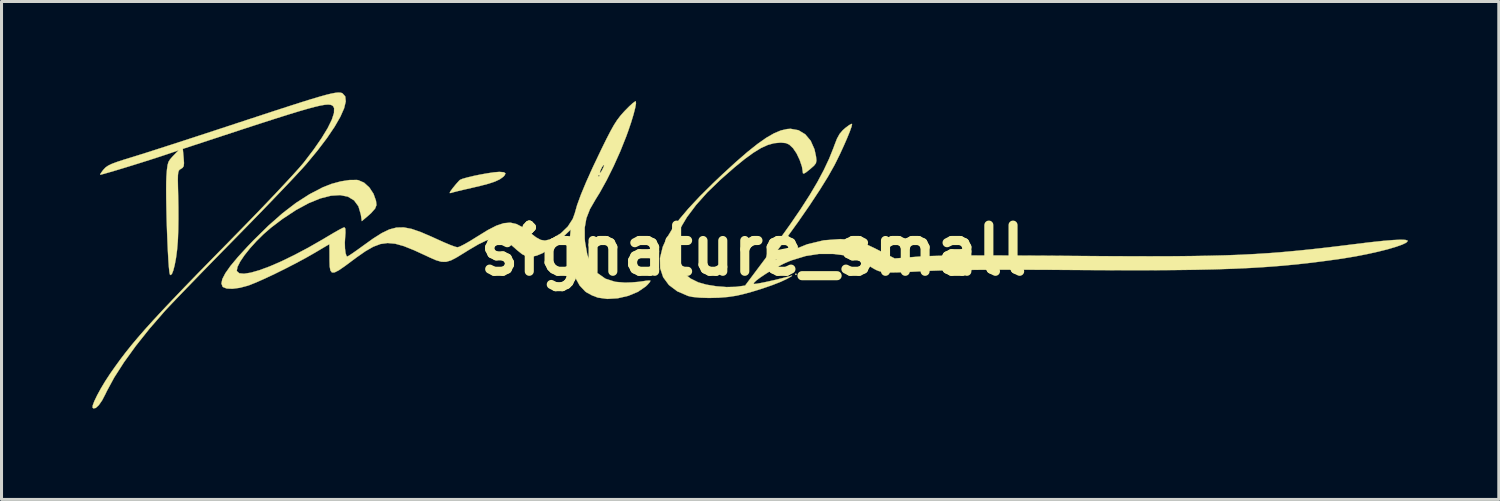
<source format=kicad_pcb>
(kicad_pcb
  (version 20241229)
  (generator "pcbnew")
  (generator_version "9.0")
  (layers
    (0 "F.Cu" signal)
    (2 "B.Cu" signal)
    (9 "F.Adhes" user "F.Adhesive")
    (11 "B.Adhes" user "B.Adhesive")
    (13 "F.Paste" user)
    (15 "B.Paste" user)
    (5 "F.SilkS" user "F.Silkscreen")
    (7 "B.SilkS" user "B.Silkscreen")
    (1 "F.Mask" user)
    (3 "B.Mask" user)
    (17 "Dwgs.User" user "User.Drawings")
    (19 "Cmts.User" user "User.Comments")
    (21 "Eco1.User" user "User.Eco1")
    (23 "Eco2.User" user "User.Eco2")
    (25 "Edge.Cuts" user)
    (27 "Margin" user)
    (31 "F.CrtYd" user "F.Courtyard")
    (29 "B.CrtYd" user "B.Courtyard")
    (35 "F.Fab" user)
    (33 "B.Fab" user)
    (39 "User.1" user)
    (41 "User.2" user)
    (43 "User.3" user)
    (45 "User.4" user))
  (footprint "signature_small"
    (layer "F.Cu")
    (at 21.82 5.214)
    (property "Reference" "signature_small" (at 0 0 0) (layer "F.SilkS") (effects (font (size 1.524 1.524) (thickness 0.3))))
    (attr through_hole)
    (fp_poly (pts (xy 1.422 0.787) (xy 1.397 0.813) (xy 1.372 0.787) (xy 1.397 0.762) (xy 1.422 0.787)) (stroke (width 0.01) (type solid)) (fill yes) (layer "F.SilkS"))
    (fp_poly (pts (xy -8.239 -2.579) (xy -8.186 -2.54) (xy -8.223 -2.468) (xy -8.27 -2.423) (xy -8.376 -2.347) (xy -8.526 -2.276) (xy -8.736 -2.205) (xy -9.02 -2.13) (xy -9.302 -2.064) (xy -9.542 -2.009) (xy -9.753 -1.959) (xy -9.91 -1.919) (xy -9.987 -1.896) (xy -10.029 -1.893) (xy -10.009 -1.945) (xy -9.923 -2.062) (xy -9.92 -2.065) (xy -9.813 -2.195) (xy -9.723 -2.295) (xy -9.691 -2.326) (xy -9.608 -2.362) (xy -9.45 -2.407) (xy -9.242 -2.457) (xy -9.008 -2.505) (xy -8.775 -2.546) (xy -8.566 -2.577) (xy -8.407 -2.59) (xy -8.387 -2.591) (xy -8.239 -2.579)) (stroke (width 0.01) (type solid)) (fill yes) (layer "F.SilkS"))
    (fp_poly (pts (xy -13.648 -5.208) (xy -13.595 -5.196) (xy -13.566 -5.183) (xy -13.476 -5.081) (xy -13.459 -4.916) (xy -13.513 -4.692) (xy -13.636 -4.414) (xy -13.825 -4.085) (xy -14.078 -3.71) (xy -14.394 -3.294) (xy -14.76 -2.852) (xy -14.888 -2.709) (xy -15.079 -2.502) (xy -15.323 -2.242) (xy -15.612 -1.939) (xy -15.937 -1.6) (xy -16.289 -1.235) (xy -16.66 -0.855) (xy -17.039 -0.468) (xy -17.126 -0.379) (xy -17.503 0.005) (xy -17.872 0.382) (xy -18.223 0.742) (xy -18.547 1.076) (xy -18.837 1.376) (xy -19.083 1.632) (xy -19.278 1.837) (xy -19.412 1.98) (xy -19.436 2.007) (xy -19.94 2.588) (xy -20.39 3.153) (xy -20.779 3.692) (xy -21.101 4.194) (xy -21.348 4.65) (xy -21.387 4.733) (xy -21.499 4.948) (xy -21.61 5.108) (xy -21.71 5.2) (xy -21.787 5.214) (xy -21.815 5.188) (xy -21.809 5.114) (xy -21.756 4.974) (xy -21.664 4.783) (xy -21.542 4.559) (xy -21.399 4.32) (xy -21.244 4.083) (xy -21.238 4.074) (xy -21.072 3.837) (xy -20.905 3.607) (xy -20.729 3.376) (xy -20.54 3.139) (xy -20.331 2.89) (xy -20.096 2.62) (xy -19.83 2.325) (xy -19.527 1.998) (xy -19.181 1.632) (xy -18.787 1.22) (xy -18.338 0.757) (xy -17.828 0.236) (xy -17.252 -0.35) (xy -17.226 -0.377) (xy -16.841 -0.77) (xy -16.465 -1.157) (xy -16.106 -1.53) (xy -15.773 -1.88) (xy -15.475 -2.198) (xy -15.219 -2.474) (xy -15.015 -2.7) (xy -14.871 -2.867) (xy -14.834 -2.912) (xy -14.517 -3.328) (xy -14.257 -3.704) (xy -14.056 -4.034) (xy -13.919 -4.313) (xy -13.847 -4.535) (xy -13.843 -4.694) (xy -13.873 -4.755) (xy -13.91 -4.787) (xy -13.964 -4.807) (xy -14.042 -4.814) (xy -14.15 -4.806) (xy -14.295 -4.781) (xy -14.484 -4.737) (xy -14.723 -4.673) (xy -15.019 -4.587) (xy -15.378 -4.477) (xy -15.808 -4.341) (xy -16.315 -4.178) (xy -16.904 -3.986) (xy -17.534 -3.779) (xy -18.837 -3.351) (xy -18.81 -3.052) (xy -18.798 -2.882) (xy -18.808 -2.783) (xy -18.845 -2.726) (xy -18.897 -2.693) (xy -18.939 -2.667) (xy -18.968 -2.633) (xy -18.988 -2.575) (xy -18.998 -2.478) (xy -19.001 -2.326) (xy -18.997 -2.104) (xy -18.99 -1.798) (xy -18.989 -1.76) (xy -18.983 -1.414) (xy -18.982 -1.048) (xy -18.987 -0.698) (xy -18.997 -0.398) (xy -19.003 -0.293) (xy -19.027 -0.009) (xy -19.062 0.254) (xy -19.105 0.483) (xy -19.151 0.662) (xy -19.197 0.777) (xy -19.24 0.814) (xy -19.263 0.794) (xy -19.279 0.717) (xy -19.296 0.555) (xy -19.313 0.321) (xy -19.329 0.032) (xy -19.344 -0.297) (xy -19.358 -0.651) (xy -19.37 -1.015) (xy -19.378 -1.373) (xy -19.384 -1.71) (xy -19.386 -2.01) (xy -19.384 -2.259) (xy -19.377 -2.438) (xy -19.36 -2.665) (xy -19.339 -2.818) (xy -19.308 -2.923) (xy -19.255 -3.007) (xy -19.174 -3.099) (xy -19.161 -3.112) (xy -18.977 -3.303) (xy -19.356 -3.174) (xy -19.589 -3.097) (xy -19.861 -3.009) (xy -20.156 -2.915) (xy -20.46 -2.82) (xy -20.755 -2.729) (xy -21.026 -2.647) (xy -21.258 -2.579) (xy -21.435 -2.528) (xy -21.541 -2.501) (xy -21.565 -2.498) (xy -21.546 -2.543) (xy -21.479 -2.636) (xy -21.446 -2.675) (xy -21.382 -2.741) (xy -21.297 -2.799) (xy -21.177 -2.857) (xy -21.005 -2.921) (xy -20.763 -3) (xy -20.523 -3.073) (xy -20.324 -3.135) (xy -20.04 -3.224) (xy -19.684 -3.338) (xy -19.269 -3.472) (xy -18.805 -3.622) (xy -18.306 -3.785) (xy -17.783 -3.956) (xy -17.249 -4.131) (xy -16.993 -4.216) (xy -16.349 -4.427) (xy -15.795 -4.609) (xy -15.322 -4.762) (xy -14.925 -4.889) (xy -14.596 -4.992) (xy -14.327 -5.072) (xy -14.112 -5.132) (xy -13.944 -5.173) (xy -13.815 -5.198) (xy -13.719 -5.209) (xy -13.648 -5.208)) (stroke (width 0.01) (type solid)) (fill yes) (layer "F.SilkS"))
    (fp_poly (pts (xy 3.251 -4.17) (xy 3.23 -4.076) (xy 3.171 -3.911) (xy 3.082 -3.694) (xy 2.973 -3.445) (xy 2.852 -3.182) (xy 2.726 -2.926) (xy 2.663 -2.802) (xy 2.453 -2.43) (xy 2.181 -1.992) (xy 1.854 -1.496) (xy 1.477 -0.951) (xy 1.056 -0.367) (xy 0.972 -0.254) (xy 0.806 -0.026) (xy 0.665 0.171) (xy 0.558 0.325) (xy 0.496 0.422) (xy 0.483 0.449) (xy 0.531 0.433) (xy 0.635 0.373) (xy 0.72 0.316) (xy 1.234 0.016) (xy 1.771 -0.202) (xy 2.318 -0.333) (xy 2.86 -0.373) (xy 3.162 -0.353) (xy 3.354 -0.322) (xy 3.537 -0.272) (xy 3.74 -0.192) (xy 3.992 -0.073) (xy 4.094 -0.021) (xy 4.658 0.266) (xy 5.436 0.206) (xy 5.631 0.195) (xy 5.882 0.185) (xy 6.193 0.177) (xy 6.57 0.172) (xy 7.018 0.169) (xy 7.542 0.167) (xy 8.148 0.168) (xy 8.839 0.171) (xy 9.622 0.175) (xy 10.486 0.182) (xy 11.439 0.189) (xy 12.3 0.193) (xy 13.079 0.195) (xy 13.785 0.193) (xy 14.428 0.187) (xy 15.017 0.177) (xy 15.562 0.163) (xy 16.073 0.144) (xy 16.559 0.119) (xy 17.03 0.089) (xy 17.495 0.052) (xy 17.964 0.009) (xy 18.447 -0.041) (xy 18.954 -0.098) (xy 19.493 -0.163) (xy 19.818 -0.204) (xy 20.346 -0.268) (xy 20.778 -0.314) (xy 21.114 -0.342) (xy 21.359 -0.353) (xy 21.515 -0.346) (xy 21.585 -0.323) (xy 21.59 -0.311) (xy 21.542 -0.257) (xy 21.406 -0.191) (xy 21.196 -0.117) (xy 20.925 -0.037) (xy 20.605 0.043) (xy 20.249 0.122) (xy 19.87 0.196) (xy 19.482 0.261) (xy 19.406 0.273) (xy 18.903 0.343) (xy 18.412 0.406) (xy 17.925 0.46) (xy 17.431 0.507) (xy 16.922 0.546) (xy 16.389 0.579) (xy 15.823 0.605) (xy 15.214 0.625) (xy 14.553 0.64) (xy 13.832 0.649) (xy 13.041 0.654) (xy 12.17 0.654) (xy 11.212 0.65) (xy 10.719 0.647) (xy 9.807 0.641) (xy 8.973 0.638) (xy 8.218 0.638) (xy 7.547 0.64) (xy 6.964 0.646) (xy 6.473 0.653) (xy 6.076 0.664) (xy 5.817 0.674) (xy 5.374 0.697) (xy 5.021 0.715) (xy 4.743 0.725) (xy 4.529 0.729) (xy 4.365 0.723) (xy 4.238 0.708) (xy 4.135 0.682) (xy 4.045 0.645) (xy 3.953 0.595) (xy 3.848 0.531) (xy 3.831 0.521) (xy 3.522 0.348) (xy 3.25 0.232) (xy 2.979 0.16) (xy 2.671 0.12) (xy 2.606 0.116) (xy 2.16 0.116) (xy 1.723 0.184) (xy 1.262 0.324) (xy 1.184 0.354) (xy 1.007 0.431) (xy 0.807 0.534) (xy 0.6 0.651) (xy 0.402 0.773) (xy 0.228 0.889) (xy 0.093 0.99) (xy 0.014 1.066) (xy 0.005 1.105) (xy 0.013 1.108) (xy 0.091 1.102) (xy 0.245 1.075) (xy 0.452 1.033) (xy 0.69 0.979) (xy 0.935 0.919) (xy 1.166 0.859) (xy 1.266 0.831) (xy 1.271 0.839) (xy 1.201 0.884) (xy 1.102 0.939) (xy 0.894 1.037) (xy 0.615 1.146) (xy 0.294 1.257) (xy -0.041 1.361) (xy -0.362 1.448) (xy -0.569 1.495) (xy -0.84 1.536) (xy -1.15 1.561) (xy -1.469 1.569) (xy -1.768 1.56) (xy -2.019 1.535) (xy -2.159 1.504) (xy -2.519 1.349) (xy -2.795 1.141) (xy -2.983 0.885) (xy -3.082 0.588) (xy -3.088 0.254) (xy -2.999 -0.11) (xy -2.994 -0.124) (xy -2.868 -0.403) (xy -2.688 -0.701) (xy -2.45 -1.026) (xy -2.148 -1.383) (xy -1.777 -1.78) (xy -1.33 -2.223) (xy -1.032 -2.506) (xy -0.589 -2.912) (xy -0.205 -3.246) (xy 0.129 -3.512) (xy 0.419 -3.716) (xy 0.674 -3.863) (xy 0.9 -3.958) (xy 1.106 -4.005) (xy 1.224 -4.013) (xy 1.483 -3.966) (xy 1.706 -3.831) (xy 1.885 -3.618) (xy 2.01 -3.337) (xy 2.061 -3.099) (xy 2.074 -2.968) (xy 2.058 -2.879) (xy 1.997 -2.798) (xy 1.875 -2.691) (xy 1.859 -2.677) (xy 1.729 -2.574) (xy 1.658 -2.534) (xy 1.629 -2.549) (xy 1.626 -2.582) (xy 1.597 -2.766) (xy 1.522 -2.987) (xy 1.419 -3.203) (xy 1.305 -3.371) (xy 1.292 -3.385) (xy 1.179 -3.491) (xy 1.07 -3.541) (xy 0.919 -3.556) (xy 0.875 -3.556) (xy 0.677 -3.538) (xy 0.471 -3.481) (xy 0.246 -3.379) (xy -0.005 -3.225) (xy -0.294 -3.015) (xy -0.63 -2.741) (xy -1.021 -2.398) (xy -1.094 -2.333) (xy -1.528 -1.914) (xy -1.898 -1.499) (xy -2.2 -1.097) (xy -2.426 -0.717) (xy -2.572 -0.366) (xy -2.621 -0.148) (xy -2.616 0.166) (xy -2.518 0.459) (xy -2.337 0.717) (xy -2.082 0.928) (xy -1.824 1.055) (xy -1.553 1.131) (xy -1.226 1.184) (xy -0.891 1.21) (xy -0.592 1.203) (xy -0.526 1.195) (xy -0.279 1.161) (xy 0.337 0.339) (xy 0.806 -0.295) (xy 1.212 -0.862) (xy 1.561 -1.372) (xy 1.858 -1.835) (xy 2.108 -2.258) (xy 2.318 -2.652) (xy 2.493 -3.024) (xy 2.638 -3.385) (xy 2.667 -3.466) (xy 2.753 -3.687) (xy 2.838 -3.842) (xy 2.942 -3.964) (xy 3.029 -4.041) (xy 3.148 -4.13) (xy 3.228 -4.175) (xy 3.251 -4.17)) (stroke (width 0.01) (type solid)) (fill yes) (layer "F.SilkS"))
    (fp_poly (pts (xy -3.881 -4.851) (xy -3.907 -4.703) (xy -3.961 -4.491) (xy -4.039 -4.232) (xy -4.138 -3.94) (xy -4.202 -3.764) (xy -4.396 -3.277) (xy -4.616 -2.786) (xy -4.848 -2.319) (xy -5.077 -1.905) (xy -5.207 -1.696) (xy -5.399 -1.365) (xy -5.518 -1.061) (xy -5.573 -0.749) (xy -5.572 -0.396) (xy -5.563 -0.283) (xy -5.488 0.141) (xy -5.351 0.485) (xy -5.152 0.749) (xy -4.891 0.933) (xy -4.567 1.037) (xy -4.242 1.064) (xy -4.02 1.056) (xy -3.801 1.038) (xy -3.658 1.018) (xy -3.516 0.997) (xy -3.422 0.994) (xy -3.404 0.999) (xy -3.423 1.044) (xy -3.499 1.132) (xy -3.561 1.191) (xy -3.815 1.366) (xy -4.132 1.498) (xy -4.48 1.579) (xy -4.826 1.601) (xy -5.138 1.558) (xy -5.14 1.557) (xy -5.329 1.485) (xy -5.511 1.386) (xy -5.555 1.355) (xy -5.741 1.157) (xy -5.892 0.881) (xy -6.003 0.548) (xy -6.067 0.178) (xy -6.079 -0.208) (xy -6.068 -0.356) (xy -6.035 -0.686) (xy -6.332 -0.404) (xy -6.581 -0.178) (xy -6.786 -0.017) (xy -6.968 0.093) (xy -7.146 0.167) (xy -7.179 0.177) (xy -7.347 0.212) (xy -7.492 0.197) (xy -7.64 0.123) (xy -7.817 -0.019) (xy -7.882 -0.079) (xy -8.071 -0.241) (xy -8.245 -0.348) (xy -8.418 -0.399) (xy -8.605 -0.392) (xy -8.822 -0.327) (xy -9.082 -0.201) (xy -9.401 -0.014) (xy -9.545 0.076) (xy -9.796 0.23) (xy -9.988 0.33) (xy -10.149 0.377) (xy -10.305 0.374) (xy -10.481 0.323) (xy -10.704 0.225) (xy -10.803 0.178) (xy -11.208 -0.008) (xy -11.543 -0.142) (xy -11.827 -0.221) (xy -12.078 -0.244) (xy -12.314 -0.211) (xy -12.553 -0.121) (xy -12.812 0.028) (xy -13.111 0.237) (xy -13.226 0.323) (xy -13.492 0.521) (xy -13.688 0.656) (xy -13.826 0.726) (xy -13.914 0.729) (xy -13.965 0.664) (xy -13.989 0.531) (xy -13.995 0.327) (xy -13.995 0.226) (xy -13.996 0.032) (xy -13.998 -0.117) (xy -14.001 -0.196) (xy -14.003 -0.203) (xy -14.046 -0.179) (xy -14.159 -0.113) (xy -14.323 -0.016) (xy -14.485 0.08) (xy -14.767 0.241) (xy -15.092 0.416) (xy -15.439 0.595) (xy -15.788 0.768) (xy -16.118 0.924) (xy -16.408 1.053) (xy -16.637 1.145) (xy -16.699 1.166) (xy -16.961 1.235) (xy -17.198 1.266) (xy -17.388 1.258) (xy -17.511 1.209) (xy -17.525 1.195) (xy -17.562 1.091) (xy -17.532 0.945) (xy -17.433 0.754) (xy -17.263 0.513) (xy -17.018 0.219) (xy -16.696 -0.132) (xy -16.512 -0.324) (xy -16.011 -0.816) (xy -15.544 -1.228) (xy -15.096 -1.571) (xy -14.654 -1.854) (xy -14.215 -2.083) (xy -13.929 -2.195) (xy -13.626 -2.277) (xy -13.338 -2.322) (xy -13.098 -2.325) (xy -13.045 -2.318) (xy -12.854 -2.235) (xy -12.68 -2.076) (xy -12.543 -1.868) (xy -12.461 -1.636) (xy -12.446 -1.495) (xy -12.491 -1.38) (xy -12.623 -1.231) (xy -12.687 -1.173) (xy -12.929 -0.966) (xy -12.962 -1.188) (xy -13.041 -1.456) (xy -13.185 -1.651) (xy -13.388 -1.774) (xy -13.645 -1.825) (xy -13.95 -1.805) (xy -14.299 -1.716) (xy -14.685 -1.558) (xy -15.103 -1.331) (xy -15.549 -1.037) (xy -15.923 -0.753) (xy -16.171 -0.538) (xy -16.407 -0.305) (xy -16.622 -0.067) (xy -16.805 0.163) (xy -16.945 0.371) (xy -17.032 0.544) (xy -17.055 0.667) (xy -17.05 0.686) (xy -16.972 0.755) (xy -16.817 0.77) (xy -16.593 0.735) (xy -16.307 0.653) (xy -15.966 0.527) (xy -15.579 0.359) (xy -15.154 0.152) (xy -14.696 -0.09) (xy -14.216 -0.365) (xy -14.032 -0.475) (xy -13.834 -0.592) (xy -13.667 -0.686) (xy -13.549 -0.746) (xy -13.504 -0.762) (xy -13.473 -0.718) (xy -13.469 -0.582) (xy -13.478 -0.466) (xy -13.49 -0.259) (xy -13.485 -0.065) (xy -13.465 0.092) (xy -13.433 0.186) (xy -13.41 0.203) (xy -13.356 0.175) (xy -13.238 0.097) (xy -13.075 -0.017) (xy -12.895 -0.147) (xy -12.555 -0.391) (xy -12.269 -0.572) (xy -12.018 -0.693) (xy -11.782 -0.754) (xy -11.543 -0.759) (xy -11.281 -0.708) (xy -10.977 -0.602) (xy -10.612 -0.445) (xy -10.435 -0.364) (xy -10.208 -0.262) (xy -10.007 -0.178) (xy -9.854 -0.122) (xy -9.77 -0.102) (xy -9.69 -0.128) (xy -9.546 -0.201) (xy -9.357 -0.309) (xy -9.143 -0.442) (xy -9.119 -0.457) (xy -8.773 -0.67) (xy -8.486 -0.817) (xy -8.243 -0.898) (xy -8.028 -0.916) (xy -7.825 -0.87) (xy -7.617 -0.762) (xy -7.388 -0.593) (xy -7.373 -0.58) (xy -7.177 -0.43) (xy -7.024 -0.347) (xy -6.886 -0.325) (xy -6.737 -0.357) (xy -6.635 -0.398) (xy -6.362 -0.563) (xy -6.132 -0.785) (xy -5.967 -1.04) (xy -5.901 -1.223) (xy -5.824 -1.495) (xy -5.699 -1.837) (xy -5.526 -2.253) (xy -5.431 -2.464) (xy -5.131 -2.464) (xy -5.105 -2.438) (xy -5.08 -2.464) (xy -5.105 -2.489) (xy -5.131 -2.464) (xy -5.431 -2.464) (xy -5.386 -2.565) (xy -5.076 -2.565) (xy -5.056 -2.566) (xy -5.006 -2.638) (xy -5.004 -2.642) (xy -4.951 -2.751) (xy -4.931 -2.819) (xy -4.952 -2.819) (xy -5.002 -2.747) (xy -5.004 -2.743) (xy -5.057 -2.634) (xy -5.076 -2.565) (xy -5.386 -2.565) (xy -5.304 -2.747) (xy -5.029 -3.323) (xy -5.02 -3.342) (xy -4.855 -3.677) (xy -4.721 -3.936) (xy -4.608 -4.138) (xy -4.505 -4.298) (xy -4.401 -4.436) (xy -4.286 -4.567) (xy -4.244 -4.612) (xy -4.1 -4.757) (xy -3.982 -4.864) (xy -3.905 -4.918) (xy -3.888 -4.921) (xy -3.881 -4.851)) (stroke (width 0.01) (type solid)) (fill yes) (layer "F.SilkS")))
  (gr_rect
    (start -3 -3)
    (end 46.415 13.433)
    (stroke (width 0.1) (type default))
    (fill no)
    (layer "Edge.Cuts")))
</source>
